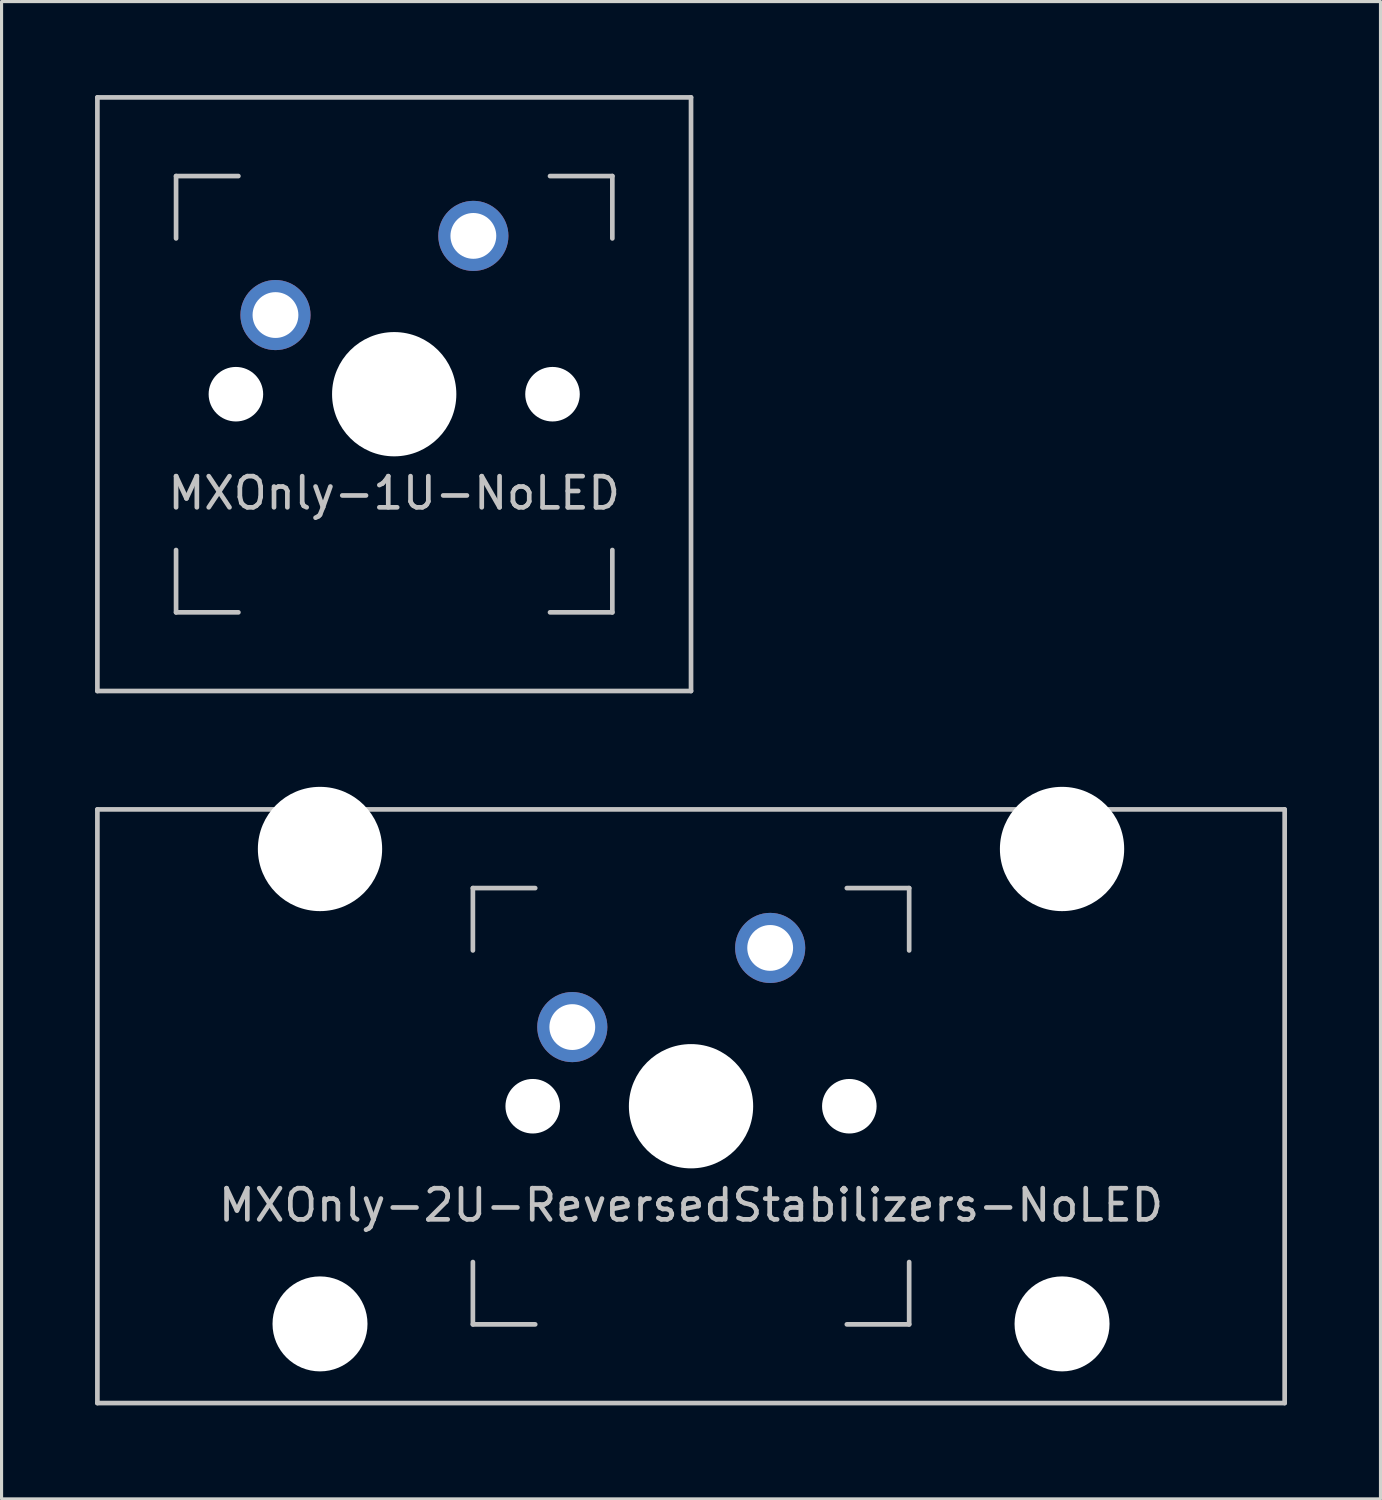
<source format=kicad_pcb>
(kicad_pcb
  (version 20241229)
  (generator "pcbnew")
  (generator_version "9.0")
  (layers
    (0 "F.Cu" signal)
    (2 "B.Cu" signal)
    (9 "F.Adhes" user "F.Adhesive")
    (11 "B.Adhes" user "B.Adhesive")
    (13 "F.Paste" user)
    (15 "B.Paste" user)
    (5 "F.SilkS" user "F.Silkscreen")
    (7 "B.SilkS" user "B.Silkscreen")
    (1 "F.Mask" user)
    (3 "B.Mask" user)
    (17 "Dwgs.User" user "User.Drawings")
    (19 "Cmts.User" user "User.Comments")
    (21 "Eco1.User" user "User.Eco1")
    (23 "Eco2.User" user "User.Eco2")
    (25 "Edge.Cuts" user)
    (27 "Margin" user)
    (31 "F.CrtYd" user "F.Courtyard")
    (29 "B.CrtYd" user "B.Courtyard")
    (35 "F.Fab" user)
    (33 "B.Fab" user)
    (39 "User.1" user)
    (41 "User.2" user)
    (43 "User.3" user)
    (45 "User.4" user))
  (footprint "MXOnly-1U-NoLED"
    (layer "F.Cu")
    (at 9.6 9.6)
    (property "Reference" "MXOnly-1U-NoLED" (at 0 3.175 0) (layer "Dwgs.User") (effects (font (size 1 1) (thickness 0.15))))
    (attr through_hole)
    (fp_circle (center -3.81 -2.54) (end -3.747 -2.54) (stroke (width 0.12) (type solid)) (fill no) (layer "F.Mask"))
    (fp_circle (center -3.81 -2.54) (end -3.683 -2.54) (stroke (width 0.12) (type solid)) (fill no) (layer "F.Mask"))
    (fp_circle (center -3.81 -2.54) (end -3.619 -2.54) (stroke (width 0.12) (type solid)) (fill no) (layer "F.Mask"))
    (fp_circle (center -3.81 -2.54) (end -3.556 -2.54) (stroke (width 0.12) (type solid)) (fill no) (layer "F.Mask"))
    (fp_circle (center -3.81 -2.54) (end -3.493 -2.54) (stroke (width 0.12) (type solid)) (fill no) (layer "F.Mask"))
    (fp_circle (center -3.81 -2.54) (end -3.429 -2.477) (stroke (width 0.12) (type solid)) (fill no) (layer "F.Mask"))
    (fp_circle (center -3.81 -2.54) (end -3.365 -2.477) (stroke (width 0.12) (type solid)) (fill no) (layer "F.Mask"))
    (fp_circle (center -3.81 -2.54) (end -3.302 -2.477) (stroke (width 0.12) (type solid)) (fill no) (layer "F.Mask"))
    (fp_circle (center -3.81 -2.54) (end -3.239 -2.54) (stroke (width 0.12) (type solid)) (fill no) (layer "F.Mask"))
    (fp_circle (center -3.81 -2.54) (end -3.175 -2.477) (stroke (width 0.12) (type solid)) (fill no) (layer "F.Mask"))
    (fp_circle (center -3.81 -2.54) (end -3.111 -2.54) (stroke (width 0.12) (type solid)) (fill no) (layer "F.Mask"))
    (fp_circle (center -3.81 -2.54) (end -3.048 -2.54) (stroke (width 0.12) (type solid)) (fill no) (layer "F.Mask"))
    (fp_circle (center -3.81 -2.54) (end -2.985 -2.54) (stroke (width 0.12) (type solid)) (fill no) (layer "F.Mask"))
    (fp_circle (center -3.81 -2.54) (end -2.921 -2.477) (stroke (width 0.12) (type solid)) (fill no) (layer "F.Mask"))
    (fp_circle (center -3.81 -2.54) (end -2.857 -2.54) (stroke (width 0.12) (type solid)) (fill no) (layer "F.Mask"))
    (fp_circle (center -3.81 -2.54) (end -2.794 -2.413) (stroke (width 0.12) (type solid)) (fill no) (layer "F.Mask"))
    (fp_circle (center -3.81 -2.54) (end -2.731 -2.286) (stroke (width 0.12) (type solid)) (fill no) (layer "F.Mask"))
    (fp_circle (center -3.747 -2.54) (end -3.81 -2.54) (stroke (width 0.12) (type solid)) (fill no) (layer "F.Mask"))
    (fp_circle (center 2.54 -5.08) (end 1.905 -5.144) (stroke (width 0.12) (type solid)) (fill no) (layer "F.Mask"))
    (fp_circle (center 2.54 -5.08) (end 1.968 -5.08) (stroke (width 0.12) (type solid)) (fill no) (layer "F.Mask"))
    (fp_circle (center 2.54 -5.08) (end 2.032 -5.08) (stroke (width 0.12) (type solid)) (fill no) (layer "F.Mask"))
    (fp_circle (center 2.54 -5.08) (end 2.095 -5.08) (stroke (width 0.12) (type solid)) (fill no) (layer "F.Mask"))
    (fp_circle (center 2.54 -5.08) (end 2.159 -5.08) (stroke (width 0.12) (type solid)) (fill no) (layer "F.Mask"))
    (fp_circle (center 2.54 -5.08) (end 2.223 -5.08) (stroke (width 0.12) (type solid)) (fill no) (layer "F.Mask"))
    (fp_circle (center 2.54 -5.08) (end 2.286 -5.08) (stroke (width 0.12) (type solid)) (fill no) (layer "F.Mask"))
    (fp_circle (center 2.54 -5.08) (end 2.349 -5.08) (stroke (width 0.12) (type solid)) (fill no) (layer "F.Mask"))
    (fp_circle (center 2.54 -5.08) (end 2.413 -5.08) (stroke (width 0.12) (type solid)) (fill no) (layer "F.Mask"))
    (fp_circle (center 2.54 -5.08) (end 2.477 -5.08) (stroke (width 0.12) (type solid)) (fill no) (layer "F.Mask"))
    (fp_circle (center 2.54 -5.08) (end 3.239 -5.016) (stroke (width 0.12) (type solid)) (fill no) (layer "F.Mask"))
    (fp_circle (center 2.54 -5.08) (end 3.302 -5.08) (stroke (width 0.12) (type solid)) (fill no) (layer "F.Mask"))
    (fp_circle (center 2.54 -5.08) (end 3.365 -5.016) (stroke (width 0.12) (type solid)) (fill no) (layer "F.Mask"))
    (fp_circle (center 2.54 -5.08) (end 3.429 -5.016) (stroke (width 0.12) (type solid)) (fill no) (layer "F.Mask"))
    (fp_circle (center 2.54 -5.08) (end 3.493 -5.08) (stroke (width 0.12) (type solid)) (fill no) (layer "F.Mask"))
    (fp_circle (center 2.54 -5.08) (end 3.556 -5.08) (stroke (width 0.12) (type solid)) (fill no) (layer "F.Mask"))
    (fp_circle (center 2.54 -5.08) (end 3.619 -5.016) (stroke (width 0.12) (type solid)) (fill no) (layer "F.Mask"))
    (fp_circle (center 2.667 -5.08) (end 2.54 -5.08) (stroke (width 0.12) (type solid)) (fill no) (layer "F.Mask"))
    (fp_line (start -9.525 -9.525) (end 9.525 -9.525) (stroke (width 0.15) (type solid)) (layer "Dwgs.User"))
    (fp_line (start -9.525 9.525) (end -9.525 -9.525) (stroke (width 0.15) (type solid)) (layer "Dwgs.User"))
    (fp_line (start -7 -7) (end -7 -5) (stroke (width 0.15) (type solid)) (layer "Dwgs.User"))
    (fp_line (start -7 5) (end -7 7) (stroke (width 0.15) (type solid)) (layer "Dwgs.User"))
    (fp_line (start -7 7) (end -5 7) (stroke (width 0.15) (type solid)) (layer "Dwgs.User"))
    (fp_line (start -5 -7) (end -7 -7) (stroke (width 0.15) (type solid)) (layer "Dwgs.User"))
    (fp_line (start 5 -7) (end 7 -7) (stroke (width 0.15) (type solid)) (layer "Dwgs.User"))
    (fp_line (start 5 7) (end 7 7) (stroke (width 0.15) (type solid)) (layer "Dwgs.User"))
    (fp_line (start 7 -7) (end 7 -5) (stroke (width 0.15) (type solid)) (layer "Dwgs.User"))
    (fp_line (start 7 7) (end 7 5) (stroke (width 0.15) (type solid)) (layer "Dwgs.User"))
    (fp_line (start 9.525 -9.525) (end 9.525 9.525) (stroke (width 0.15) (type solid)) (layer "Dwgs.User"))
    (fp_line (start 9.525 9.525) (end -9.525 9.525) (stroke (width 0.15) (type solid)) (layer "Dwgs.User"))
    (pad "" np_thru_hole circle (at -5.08 0 48.1) (size 1.75 1.75) (drill 1.75) (layers "*.Cu" "*.Mask"))
    (pad "" np_thru_hole circle (at 0 0) (size 3.988 3.988) (drill 3.988) (layers "*.Cu" "*.Mask"))
    (pad "" np_thru_hole circle (at 5.08 0 48.1) (size 1.75 1.75) (drill 1.75) (layers "*.Cu" "*.Mask"))
    (pad "1" thru_hole circle (at -3.81 -2.54) (size 2.25 2.25) (drill 1.47) (layers "*.Cu" "B.Mask"))
    (pad "2" thru_hole circle (at 2.54 -5.08) (size 2.25 2.25) (drill 1.47) (layers "*.Cu" "B.Mask")))
  (footprint "MXOnly-2U-ReversedStabilizers-NoLED"
    (layer "F.Cu")
    (at 19.125 32.449)
    (property "Reference" "MXOnly-2U-ReversedStabilizers-NoLED" (at 0 3.175 0) (layer "Dwgs.User") (effects (font (size 1 1) (thickness 0.15))))
    (attr through_hole)
    (fp_circle (center -3.81 -2.54) (end -4.826 -2.54) (stroke (width 0.12) (type solid)) (fill no) (layer "F.Mask"))
    (fp_circle (center -3.81 -2.54) (end -4.763 -2.54) (stroke (width 0.12) (type solid)) (fill no) (layer "F.Mask"))
    (fp_circle (center -3.81 -2.54) (end -4.636 -2.477) (stroke (width 0.12) (type solid)) (fill no) (layer "F.Mask"))
    (fp_circle (center -3.81 -2.54) (end -4.636 -2.286) (stroke (width 0.12) (type solid)) (fill no) (layer "F.Mask"))
    (fp_circle (center -3.81 -2.54) (end -4.572 -2.54) (stroke (width 0.12) (type solid)) (fill no) (layer "F.Mask"))
    (fp_circle (center -3.81 -2.54) (end -4.445 -2.54) (stroke (width 0.12) (type solid)) (fill no) (layer "F.Mask"))
    (fp_circle (center -3.81 -2.54) (end -4.445 -2.349) (stroke (width 0.12) (type solid)) (fill no) (layer "F.Mask"))
    (fp_circle (center -3.81 -2.54) (end -4.381 -2.54) (stroke (width 0.12) (type solid)) (fill no) (layer "F.Mask"))
    (fp_circle (center -3.81 -2.54) (end -4.318 -2.54) (stroke (width 0.12) (type solid)) (fill no) (layer "F.Mask"))
    (fp_circle (center -3.81 -2.54) (end -4.255 -2.54) (stroke (width 0.12) (type solid)) (fill no) (layer "F.Mask"))
    (fp_circle (center -3.81 -2.54) (end -4.191 -2.54) (stroke (width 0.12) (type solid)) (fill no) (layer "F.Mask"))
    (fp_circle (center -3.81 -2.54) (end -4.128 -2.54) (stroke (width 0.12) (type solid)) (fill no) (layer "F.Mask"))
    (fp_circle (center -3.81 -2.54) (end -4.064 -2.54) (stroke (width 0.12) (type solid)) (fill no) (layer "F.Mask"))
    (fp_circle (center -3.81 -2.54) (end -4 -2.54) (stroke (width 0.12) (type solid)) (fill no) (layer "F.Mask"))
    (fp_circle (center -3.81 -2.54) (end -3.937 -2.54) (stroke (width 0.12) (type solid)) (fill no) (layer "F.Mask"))
    (fp_circle (center -3.81 -2.54) (end -3.873 -2.54) (stroke (width 0.12) (type solid)) (fill no) (layer "F.Mask"))
    (fp_circle (center -3.81 -2.54) (end -3.747 -1.46) (stroke (width 0.12) (type solid)) (fill no) (layer "F.Mask"))
    (fp_circle (center -3.747 -2.54) (end -3.81 -2.54) (stroke (width 0.12) (type solid)) (fill no) (layer "F.Mask"))
    (fp_circle (center 2.532 -5.08) (end 3.048 -4.953) (stroke (width 0.12) (type solid)) (fill no) (layer "F.Mask"))
    (fp_circle (center 2.54 -5.08) (end 1.587 -5.016) (stroke (width 0.12) (type solid)) (fill no) (layer "F.Mask"))
    (fp_circle (center 2.54 -5.08) (end 1.651 -5.08) (stroke (width 0.12) (type solid)) (fill no) (layer "F.Mask"))
    (fp_circle (center 2.54 -5.08) (end 1.714 -5.08) (stroke (width 0.12) (type solid)) (fill no) (layer "F.Mask"))
    (fp_circle (center 2.54 -5.08) (end 1.778 -5.08) (stroke (width 0.12) (type solid)) (fill no) (layer "F.Mask"))
    (fp_circle (center 2.54 -5.08) (end 1.905 -5.08) (stroke (width 0.12) (type solid)) (fill no) (layer "F.Mask"))
    (fp_circle (center 2.54 -5.08) (end 1.905 -4.953) (stroke (width 0.12) (type solid)) (fill no) (layer "F.Mask"))
    (fp_circle (center 2.54 -5.08) (end 2.603 -5.08) (stroke (width 0.12) (type solid)) (fill no) (layer "F.Mask"))
    (fp_circle (center 2.54 -5.08) (end 2.667 -5.08) (stroke (width 0.12) (type solid)) (fill no) (layer "F.Mask"))
    (fp_circle (center 2.54 -5.08) (end 2.731 -5.08) (stroke (width 0.12) (type solid)) (fill no) (layer "F.Mask"))
    (fp_circle (center 2.54 -5.08) (end 2.794 -5.016) (stroke (width 0.12) (type solid)) (fill no) (layer "F.Mask"))
    (fp_circle (center 2.54 -5.08) (end 2.921 -5.08) (stroke (width 0.12) (type solid)) (fill no) (layer "F.Mask"))
    (fp_circle (center 2.54 -5.08) (end 2.985 -5.08) (stroke (width 0.12) (type solid)) (fill no) (layer "F.Mask"))
    (fp_circle (center 2.54 -5.08) (end 3.048 -5.016) (stroke (width 0.12) (type solid)) (fill no) (layer "F.Mask"))
    (fp_circle (center 2.54 -5.08) (end 3.556 -4.763) (stroke (width 0.12) (type solid)) (fill no) (layer "F.Mask"))
    (fp_circle (center 2.667 -5.08) (end 2.802 -5.08) (stroke (width 0.12) (type solid)) (fill no) (layer "F.Mask"))
    (fp_line (start -19.05 -9.525) (end 19.05 -9.525) (stroke (width 0.15) (type solid)) (layer "Dwgs.User"))
    (fp_line (start -19.05 9.525) (end -19.05 -9.525) (stroke (width 0.15) (type solid)) (layer "Dwgs.User"))
    (fp_line (start -19.05 9.525) (end 19.05 9.525) (stroke (width 0.15) (type solid)) (layer "Dwgs.User"))
    (fp_line (start -7 -7) (end -7 -5) (stroke (width 0.15) (type solid)) (layer "Dwgs.User"))
    (fp_line (start -7 5) (end -7 7) (stroke (width 0.15) (type solid)) (layer "Dwgs.User"))
    (fp_line (start -7 7) (end -5 7) (stroke (width 0.15) (type solid)) (layer "Dwgs.User"))
    (fp_line (start -5 -7) (end -7 -7) (stroke (width 0.15) (type solid)) (layer "Dwgs.User"))
    (fp_line (start 5 -7) (end 7 -7) (stroke (width 0.15) (type solid)) (layer "Dwgs.User"))
    (fp_line (start 5 7) (end 7 7) (stroke (width 0.15) (type solid)) (layer "Dwgs.User"))
    (fp_line (start 7 -7) (end 7 -5) (stroke (width 0.15) (type solid)) (layer "Dwgs.User"))
    (fp_line (start 7 7) (end 7 5) (stroke (width 0.15) (type solid)) (layer "Dwgs.User"))
    (fp_line (start 19.05 -9.525) (end 19.05 9.525) (stroke (width 0.15) (type solid)) (layer "Dwgs.User"))
    (pad "" np_thru_hole circle (at -11.906 -8.255) (size 3.988 3.988) (drill 3.988) (layers "*.Cu" "*.Mask"))
    (pad "" np_thru_hole circle (at -11.906 6.985) (size 3.048 3.048) (drill 3.048) (layers "*.Cu" "*.Mask"))
    (pad "" np_thru_hole circle (at -5.08 0 48.1) (size 1.75 1.75) (drill 1.75) (layers "*.Cu" "*.Mask"))
    (pad "" np_thru_hole circle (at 0 0) (size 3.988 3.988) (drill 3.988) (layers "*.Cu" "*.Mask"))
    (pad "" np_thru_hole circle (at 5.08 0 48.1) (size 1.75 1.75) (drill 1.75) (layers "*.Cu" "*.Mask"))
    (pad "" np_thru_hole circle (at 11.906 -8.255) (size 3.988 3.988) (drill 3.988) (layers "*.Cu" "*.Mask"))
    (pad "" np_thru_hole circle (at 11.906 6.985) (size 3.048 3.048) (drill 3.048) (layers "*.Cu" "*.Mask"))
    (pad "1" thru_hole circle (at -3.81 -2.54) (size 2.25 2.25) (drill 1.47) (layers "*.Cu" "B.Mask"))
    (pad "2" thru_hole circle (at 2.54 -5.08) (size 2.25 2.25) (drill 1.47) (layers "*.Cu" "B.Mask")))
  (gr_rect
    (start -3 -3)
    (end 41.25 45.049)
    (stroke (width 0.1) (type default))
    (fill no)
    (layer "Edge.Cuts")))
</source>
